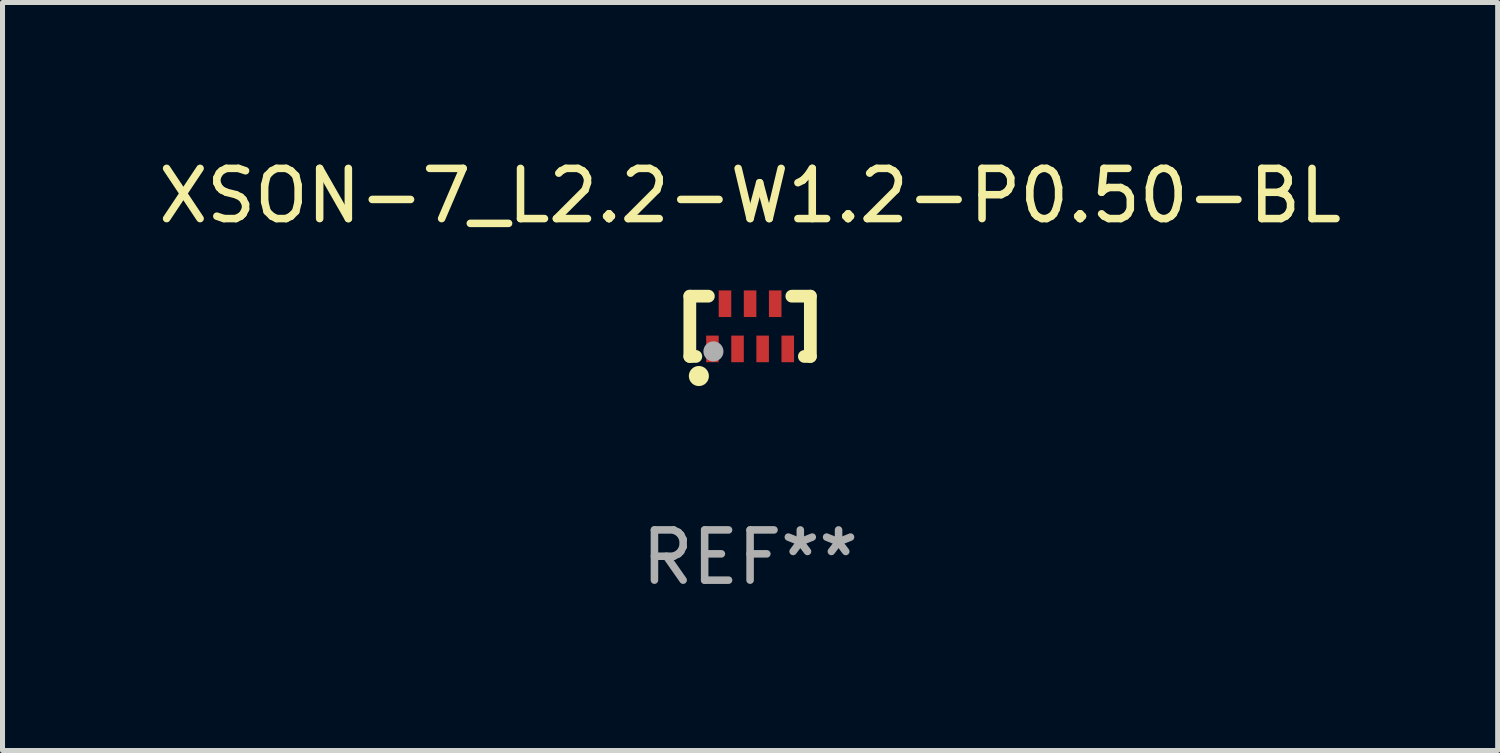
<source format=kicad_pcb>
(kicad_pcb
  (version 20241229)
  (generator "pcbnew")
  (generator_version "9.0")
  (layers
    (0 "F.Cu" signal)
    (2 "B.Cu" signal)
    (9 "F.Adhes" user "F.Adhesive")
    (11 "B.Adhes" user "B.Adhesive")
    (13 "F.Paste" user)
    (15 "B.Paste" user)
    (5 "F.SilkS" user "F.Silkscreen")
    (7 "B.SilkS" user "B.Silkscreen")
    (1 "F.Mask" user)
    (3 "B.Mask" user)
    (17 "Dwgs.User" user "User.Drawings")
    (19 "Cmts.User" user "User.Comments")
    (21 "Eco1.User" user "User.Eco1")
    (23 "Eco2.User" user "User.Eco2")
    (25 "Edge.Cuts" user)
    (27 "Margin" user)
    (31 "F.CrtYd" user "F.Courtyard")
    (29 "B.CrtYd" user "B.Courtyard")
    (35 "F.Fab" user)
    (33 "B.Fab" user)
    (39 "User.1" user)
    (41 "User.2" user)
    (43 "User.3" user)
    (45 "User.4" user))
  (footprint "XSON-7_L2.2-W1.2-P0.50-BL"
    (layer "F.Cu")
    (at 11.887 3.448)
    (property "Reference" "XSON-7_L2.2-W1.2-P0.50-BL" (at 0 -2.6 0) (layer "F.SilkS") (effects (font (size 1 1) (thickness 0.15))))
    (attr smd)
    (fp_line (start -1.2 -0.6) (end -1.2 0.6) (stroke (width 0.254) (type solid)) (layer "F.SilkS"))
    (fp_line (start -1.2 -0.6) (end -0.831 -0.6) (stroke (width 0.254) (type solid)) (layer "F.SilkS"))
    (fp_line (start -1.2 0.6) (end -1.081 0.6) (stroke (width 0.254) (type solid)) (layer "F.SilkS"))
    (fp_line (start 0.831 -0.6) (end 1.2 -0.6) (stroke (width 0.254) (type solid)) (layer "F.SilkS"))
    (fp_line (start 1.081 0.6) (end 1.2 0.6) (stroke (width 0.254) (type solid)) (layer "F.SilkS"))
    (fp_line (start 1.2 0.6) (end 1.2 -0.6) (stroke (width 0.254) (type solid)) (layer "F.SilkS"))
    (fp_circle (center -1.1 0.6) (end -1.07 0.6) (stroke (width 0.06) (type solid)) (fill no) (layer "F.SilkS"))
    (fp_circle (center -1.02 0.99) (end -0.92 0.99) (stroke (width 0.2) (type solid)) (fill no) (layer "F.SilkS"))
    (fp_circle (center -0.73 0.5) (end -0.63 0.5) (stroke (width 0.2) (type solid)) (fill no) (layer "F.Fab"))
    (fp_text user "REF**" (at 0 4.6 0) (layer "F.Fab") (effects (font (size 1 1) (thickness 0.15))))
    (pad "1" smd rect (at -0.75 0.45) (size 0.25 0.53) (layers "F.Cu" "F.Mask" "F.Paste"))
    (pad "2" smd rect (at -0.25 0.45) (size 0.25 0.53) (layers "F.Cu" "F.Mask" "F.Paste"))
    (pad "3" smd rect (at 0.25 0.45) (size 0.25 0.53) (layers "F.Cu" "F.Mask" "F.Paste"))
    (pad "4" smd rect (at 0.75 0.45) (size 0.25 0.53) (layers "F.Cu" "F.Mask" "F.Paste"))
    (pad "5" smd rect (at 0.5 -0.45) (size 0.25 0.53) (layers "F.Cu" "F.Mask" "F.Paste"))
    (pad "6" smd rect (at 0 -0.45) (size 0.25 0.53) (layers "F.Cu" "F.Mask" "F.Paste"))
    (pad "7" smd rect (at -0.5 -0.45) (size 0.25 0.53) (layers "F.Cu" "F.Mask" "F.Paste")))
  (gr_rect
    (start -3 -3)
    (end 26.774 11.896)
    (stroke (width 0.1) (type default))
    (fill no)
    (layer "Edge.Cuts")))
</source>
